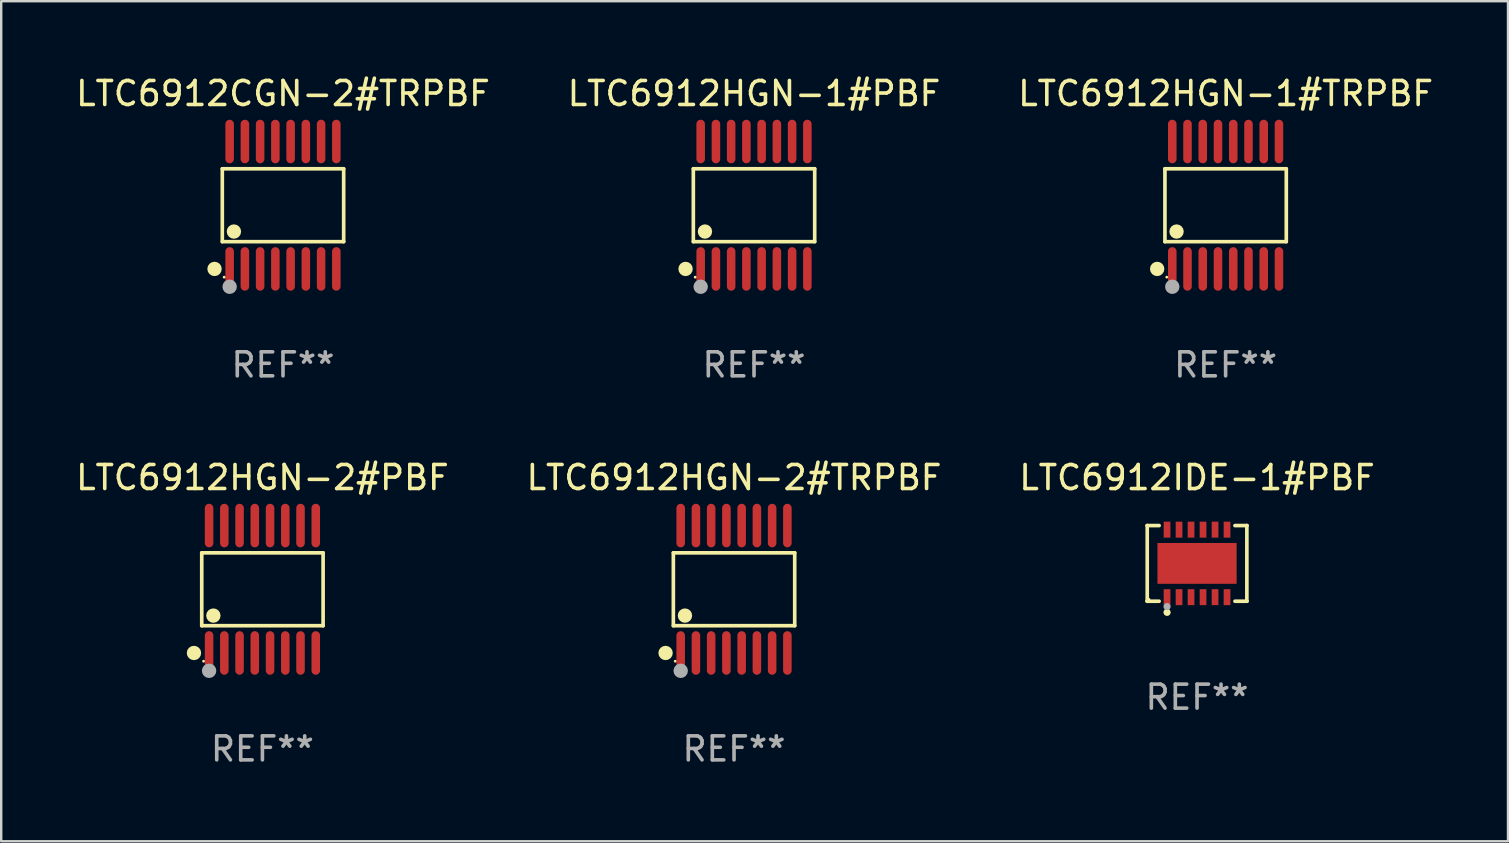
<source format=kicad_pcb>
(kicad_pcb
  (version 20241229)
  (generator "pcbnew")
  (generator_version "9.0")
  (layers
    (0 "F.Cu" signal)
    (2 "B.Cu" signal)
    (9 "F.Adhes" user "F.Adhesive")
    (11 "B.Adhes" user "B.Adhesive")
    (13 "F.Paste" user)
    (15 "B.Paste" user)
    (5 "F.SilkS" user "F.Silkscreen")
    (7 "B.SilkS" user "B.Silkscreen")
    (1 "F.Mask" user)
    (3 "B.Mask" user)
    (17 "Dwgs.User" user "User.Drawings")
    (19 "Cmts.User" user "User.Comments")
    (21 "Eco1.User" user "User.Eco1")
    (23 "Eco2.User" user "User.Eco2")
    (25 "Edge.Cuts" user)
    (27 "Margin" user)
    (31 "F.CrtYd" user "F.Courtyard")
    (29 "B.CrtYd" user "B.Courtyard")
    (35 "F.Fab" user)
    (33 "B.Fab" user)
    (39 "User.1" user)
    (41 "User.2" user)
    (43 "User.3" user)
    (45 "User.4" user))
  (footprint "LTC6912HGN-1#PBF"
    (layer "F.Cu")
    (at 28.375 5.503)
    (property "Reference" "LTC6912HGN-1#PBF" (at 0 -4.655 0) (layer "F.SilkS") (effects (font (size 1 1) (thickness 0.15))))
    (attr through_hole)
    (fp_line (start -2.529 -1.519) (end 2.529 -1.519) (stroke (width 0.152) (type solid)) (layer "F.SilkS"))
    (fp_line (start -2.529 1.519) (end -2.529 -1.519) (stroke (width 0.152) (type solid)) (layer "F.SilkS"))
    (fp_line (start 2.529 -1.519) (end 2.529 1.519) (stroke (width 0.152) (type solid)) (layer "F.SilkS"))
    (fp_line (start 2.529 1.519) (end -2.529 1.519) (stroke (width 0.152) (type solid)) (layer "F.SilkS"))
    (fp_circle (center -2.853 2.655) (end -2.703 2.655) (stroke (width 0.3) (type solid)) (fill no) (layer "F.SilkS"))
    (fp_circle (center -2.453 2.998) (end -2.423 2.998) (stroke (width 0.06) (type solid)) (fill no) (layer "F.SilkS"))
    (fp_circle (center -2.045 1.097) (end -1.895 1.097) (stroke (width 0.3) (type solid)) (fill no) (layer "F.SilkS"))
    (fp_circle (center -2.223 3.398) (end -2.072 3.398) (stroke (width 0.3) (type solid)) (fill no) (layer "F.Fab"))
    (fp_text user "REF**" (at 0 6.655 0) (layer "F.Fab") (effects (font (size 1 1) (thickness 0.15))))
    (pad "1" smd oval (at -2.223 2.655) (size 0.356 1.815) (layers "F.Cu" "F.Mask" "F.Paste"))
    (pad "2" smd oval (at -1.588 2.655) (size 0.356 1.815) (layers "F.Cu" "F.Mask" "F.Paste"))
    (pad "3" smd oval (at -0.953 2.655) (size 0.356 1.815) (layers "F.Cu" "F.Mask" "F.Paste"))
    (pad "4" smd oval (at -0.318 2.655) (size 0.356 1.815) (layers "F.Cu" "F.Mask" "F.Paste"))
    (pad "5" smd oval (at 0.318 2.655) (size 0.356 1.815) (layers "F.Cu" "F.Mask" "F.Paste"))
    (pad "6" smd oval (at 0.953 2.655) (size 0.356 1.815) (layers "F.Cu" "F.Mask" "F.Paste"))
    (pad "7" smd oval (at 1.588 2.655) (size 0.356 1.815) (layers "F.Cu" "F.Mask" "F.Paste"))
    (pad "8" smd oval (at 2.223 2.655) (size 0.356 1.815) (layers "F.Cu" "F.Mask" "F.Paste"))
    (pad "9" smd oval (at 2.223 -2.655) (size 0.356 1.815) (layers "F.Cu" "F.Mask" "F.Paste"))
    (pad "10" smd oval (at 1.588 -2.655) (size 0.356 1.815) (layers "F.Cu" "F.Mask" "F.Paste"))
    (pad "11" smd oval (at 0.953 -2.655) (size 0.356 1.815) (layers "F.Cu" "F.Mask" "F.Paste"))
    (pad "12" smd oval (at 0.318 -2.655) (size 0.356 1.815) (layers "F.Cu" "F.Mask" "F.Paste"))
    (pad "13" smd oval (at -0.318 -2.655) (size 0.356 1.815) (layers "F.Cu" "F.Mask" "F.Paste"))
    (pad "14" smd oval (at -0.953 -2.655) (size 0.356 1.815) (layers "F.Cu" "F.Mask" "F.Paste"))
    (pad "15" smd oval (at -1.588 -2.655) (size 0.356 1.815) (layers "F.Cu" "F.Mask" "F.Paste"))
    (pad "16" smd oval (at -2.223 -2.655) (size 0.356 1.815) (layers "F.Cu" "F.Mask" "F.Paste")))
  (footprint "LTC6912HGN-2#TRPBF"
    (layer "F.Cu")
    (at 27.542 21.509)
    (property "Reference" "LTC6912HGN-2#TRPBF" (at 0 -4.655 0) (layer "F.SilkS") (effects (font (size 1 1) (thickness 0.15))))
    (attr through_hole)
    (fp_line (start -2.529 -1.519) (end 2.529 -1.519) (stroke (width 0.152) (type solid)) (layer "F.SilkS"))
    (fp_line (start -2.529 1.519) (end -2.529 -1.519) (stroke (width 0.152) (type solid)) (layer "F.SilkS"))
    (fp_line (start 2.529 -1.519) (end 2.529 1.519) (stroke (width 0.152) (type solid)) (layer "F.SilkS"))
    (fp_line (start 2.529 1.519) (end -2.529 1.519) (stroke (width 0.152) (type solid)) (layer "F.SilkS"))
    (fp_circle (center -2.853 2.655) (end -2.703 2.655) (stroke (width 0.3) (type solid)) (fill no) (layer "F.SilkS"))
    (fp_circle (center -2.453 2.998) (end -2.423 2.998) (stroke (width 0.06) (type solid)) (fill no) (layer "F.SilkS"))
    (fp_circle (center -2.045 1.097) (end -1.895 1.097) (stroke (width 0.3) (type solid)) (fill no) (layer "F.SilkS"))
    (fp_circle (center -2.223 3.398) (end -2.072 3.398) (stroke (width 0.3) (type solid)) (fill no) (layer "F.Fab"))
    (fp_text user "REF**" (at 0 6.655 0) (layer "F.Fab") (effects (font (size 1 1) (thickness 0.15))))
    (pad "1" smd oval (at -2.223 2.655) (size 0.356 1.815) (layers "F.Cu" "F.Mask" "F.Paste"))
    (pad "2" smd oval (at -1.588 2.655) (size 0.356 1.815) (layers "F.Cu" "F.Mask" "F.Paste"))
    (pad "3" smd oval (at -0.953 2.655) (size 0.356 1.815) (layers "F.Cu" "F.Mask" "F.Paste"))
    (pad "4" smd oval (at -0.318 2.655) (size 0.356 1.815) (layers "F.Cu" "F.Mask" "F.Paste"))
    (pad "5" smd oval (at 0.318 2.655) (size 0.356 1.815) (layers "F.Cu" "F.Mask" "F.Paste"))
    (pad "6" smd oval (at 0.953 2.655) (size 0.356 1.815) (layers "F.Cu" "F.Mask" "F.Paste"))
    (pad "7" smd oval (at 1.588 2.655) (size 0.356 1.815) (layers "F.Cu" "F.Mask" "F.Paste"))
    (pad "8" smd oval (at 2.223 2.655) (size 0.356 1.815) (layers "F.Cu" "F.Mask" "F.Paste"))
    (pad "9" smd oval (at 2.223 -2.655) (size 0.356 1.815) (layers "F.Cu" "F.Mask" "F.Paste"))
    (pad "10" smd oval (at 1.588 -2.655) (size 0.356 1.815) (layers "F.Cu" "F.Mask" "F.Paste"))
    (pad "11" smd oval (at 0.953 -2.655) (size 0.356 1.815) (layers "F.Cu" "F.Mask" "F.Paste"))
    (pad "12" smd oval (at 0.318 -2.655) (size 0.356 1.815) (layers "F.Cu" "F.Mask" "F.Paste"))
    (pad "13" smd oval (at -0.318 -2.655) (size 0.356 1.815) (layers "F.Cu" "F.Mask" "F.Paste"))
    (pad "14" smd oval (at -0.953 -2.655) (size 0.356 1.815) (layers "F.Cu" "F.Mask" "F.Paste"))
    (pad "15" smd oval (at -1.588 -2.655) (size 0.356 1.815) (layers "F.Cu" "F.Mask" "F.Paste"))
    (pad "16" smd oval (at -2.223 -2.655) (size 0.356 1.815) (layers "F.Cu" "F.Mask" "F.Paste")))
  (footprint "LTC6912HGN-2#PBF"
    (layer "F.Cu")
    (at 7.887 21.509)
    (property "Reference" "LTC6912HGN-2#PBF" (at 0 -4.655 0) (layer "F.SilkS") (effects (font (size 1 1) (thickness 0.15))))
    (attr through_hole)
    (fp_line (start -2.529 -1.519) (end 2.529 -1.519) (stroke (width 0.152) (type solid)) (layer "F.SilkS"))
    (fp_line (start -2.529 1.519) (end -2.529 -1.519) (stroke (width 0.152) (type solid)) (layer "F.SilkS"))
    (fp_line (start 2.529 -1.519) (end 2.529 1.519) (stroke (width 0.152) (type solid)) (layer "F.SilkS"))
    (fp_line (start 2.529 1.519) (end -2.529 1.519) (stroke (width 0.152) (type solid)) (layer "F.SilkS"))
    (fp_circle (center -2.853 2.655) (end -2.703 2.655) (stroke (width 0.3) (type solid)) (fill no) (layer "F.SilkS"))
    (fp_circle (center -2.453 2.998) (end -2.423 2.998) (stroke (width 0.06) (type solid)) (fill no) (layer "F.SilkS"))
    (fp_circle (center -2.045 1.097) (end -1.895 1.097) (stroke (width 0.3) (type solid)) (fill no) (layer "F.SilkS"))
    (fp_circle (center -2.223 3.398) (end -2.072 3.398) (stroke (width 0.3) (type solid)) (fill no) (layer "F.Fab"))
    (fp_text user "REF**" (at 0 6.655 0) (layer "F.Fab") (effects (font (size 1 1) (thickness 0.15))))
    (pad "1" smd oval (at -2.223 2.655) (size 0.356 1.815) (layers "F.Cu" "F.Mask" "F.Paste"))
    (pad "2" smd oval (at -1.588 2.655) (size 0.356 1.815) (layers "F.Cu" "F.Mask" "F.Paste"))
    (pad "3" smd oval (at -0.953 2.655) (size 0.356 1.815) (layers "F.Cu" "F.Mask" "F.Paste"))
    (pad "4" smd oval (at -0.318 2.655) (size 0.356 1.815) (layers "F.Cu" "F.Mask" "F.Paste"))
    (pad "5" smd oval (at 0.318 2.655) (size 0.356 1.815) (layers "F.Cu" "F.Mask" "F.Paste"))
    (pad "6" smd oval (at 0.953 2.655) (size 0.356 1.815) (layers "F.Cu" "F.Mask" "F.Paste"))
    (pad "7" smd oval (at 1.588 2.655) (size 0.356 1.815) (layers "F.Cu" "F.Mask" "F.Paste"))
    (pad "8" smd oval (at 2.223 2.655) (size 0.356 1.815) (layers "F.Cu" "F.Mask" "F.Paste"))
    (pad "9" smd oval (at 2.223 -2.655) (size 0.356 1.815) (layers "F.Cu" "F.Mask" "F.Paste"))
    (pad "10" smd oval (at 1.588 -2.655) (size 0.356 1.815) (layers "F.Cu" "F.Mask" "F.Paste"))
    (pad "11" smd oval (at 0.953 -2.655) (size 0.356 1.815) (layers "F.Cu" "F.Mask" "F.Paste"))
    (pad "12" smd oval (at 0.318 -2.655) (size 0.356 1.815) (layers "F.Cu" "F.Mask" "F.Paste"))
    (pad "13" smd oval (at -0.318 -2.655) (size 0.356 1.815) (layers "F.Cu" "F.Mask" "F.Paste"))
    (pad "14" smd oval (at -0.953 -2.655) (size 0.356 1.815) (layers "F.Cu" "F.Mask" "F.Paste"))
    (pad "15" smd oval (at -1.588 -2.655) (size 0.356 1.815) (layers "F.Cu" "F.Mask" "F.Paste"))
    (pad "16" smd oval (at -2.223 -2.655) (size 0.356 1.815) (layers "F.Cu" "F.Mask" "F.Paste")))
  (footprint "LTC6912IDE-1#PBF"
    (layer "F.Cu")
    (at 46.839 20.431)
    (property "Reference" "LTC6912IDE-1#PBF" (at 0 -3.576 0) (layer "F.SilkS") (effects (font (size 1 1) (thickness 0.15))))
    (attr through_hole)
    (fp_line (start -2.076 -1.576) (end -2.076 -1.576) (stroke (width 0.152) (type solid)) (layer "F.SilkS"))
    (fp_line (start -2.076 -1.576) (end -1.58 -1.576) (stroke (width 0.152) (type solid)) (layer "F.SilkS"))
    (fp_line (start -2.076 1.576) (end -2.076 -1.576) (stroke (width 0.152) (type solid)) (layer "F.SilkS"))
    (fp_line (start -2.076 1.576) (end -2.076 1.576) (stroke (width 0.152) (type solid)) (layer "F.SilkS"))
    (fp_line (start -1.58 1.576) (end -2.076 1.576) (stroke (width 0.152) (type solid)) (layer "F.SilkS"))
    (fp_line (start 1.58 1.576) (end 2.076 1.576) (stroke (width 0.152) (type solid)) (layer "F.SilkS"))
    (fp_line (start 2.076 -1.576) (end 1.58 -1.576) (stroke (width 0.152) (type solid)) (layer "F.SilkS"))
    (fp_line (start 2.076 -1.576) (end 2.076 -1.576) (stroke (width 0.152) (type solid)) (layer "F.SilkS"))
    (fp_line (start 2.076 1.576) (end 2.076 -1.576) (stroke (width 0.152) (type solid)) (layer "F.SilkS"))
    (fp_line (start 2.076 1.576) (end 2.076 1.576) (stroke (width 0.152) (type solid)) (layer "F.SilkS"))
    (fp_circle (center -2 1.5) (end -1.97 1.5) (stroke (width 0.06) (type solid)) (fill no) (layer "F.SilkS"))
    (fp_circle (center -1.25 2.04) (end -1.175 2.04) (stroke (width 0.15) (type solid)) (fill no) (layer "F.SilkS"))
    (fp_circle (center -1.25 1.8) (end -1.175 1.8) (stroke (width 0.15) (type solid)) (fill no) (layer "F.Fab"))
    (fp_text user "REF**" (at 0 5.576 0) (layer "F.Fab") (effects (font (size 1 1) (thickness 0.15))))
    (pad "1" smd rect (at -1.25 1.407) (size 0.28 0.665) (layers "F.Cu" "F.Mask" "F.Paste"))
    (pad "2" smd rect (at -0.75 1.407) (size 0.28 0.665) (layers "F.Cu" "F.Mask" "F.Paste"))
    (pad "3" smd rect (at -0.25 1.407) (size 0.28 0.665) (layers "F.Cu" "F.Mask" "F.Paste"))
    (pad "4" smd rect (at 0.25 1.407) (size 0.28 0.665) (layers "F.Cu" "F.Mask" "F.Paste"))
    (pad "5" smd rect (at 0.75 1.407) (size 0.28 0.665) (layers "F.Cu" "F.Mask" "F.Paste"))
    (pad "6" smd rect (at 1.25 1.407) (size 0.28 0.665) (layers "F.Cu" "F.Mask" "F.Paste"))
    (pad "7" smd rect (at 1.25 -1.407) (size 0.28 0.665) (layers "F.Cu" "F.Mask" "F.Paste"))
    (pad "8" smd rect (at 0.75 -1.407) (size 0.28 0.665) (layers "F.Cu" "F.Mask" "F.Paste"))
    (pad "9" smd rect (at 0.25 -1.407) (size 0.28 0.665) (layers "F.Cu" "F.Mask" "F.Paste"))
    (pad "10" smd rect (at -0.25 -1.407) (size 0.28 0.665) (layers "F.Cu" "F.Mask" "F.Paste"))
    (pad "11" smd rect (at -0.75 -1.407) (size 0.28 0.665) (layers "F.Cu" "F.Mask" "F.Paste"))
    (pad "12" smd rect (at -1.25 -1.407) (size 0.28 0.665) (layers "F.Cu" "F.Mask" "F.Paste"))
    (pad "13" smd rect (at 0 0) (size 3.3 1.7) (layers "F.Cu" "F.Mask" "F.Paste")))
  (footprint "LTC6912HGN-1#TRPBF"
    (layer "F.Cu")
    (at 48.03 5.503)
    (property "Reference" "LTC6912HGN-1#TRPBF" (at 0 -4.655 0) (layer "F.SilkS") (effects (font (size 1 1) (thickness 0.15))))
    (attr through_hole)
    (fp_line (start -2.529 -1.519) (end 2.529 -1.519) (stroke (width 0.152) (type solid)) (layer "F.SilkS"))
    (fp_line (start -2.529 1.519) (end -2.529 -1.519) (stroke (width 0.152) (type solid)) (layer "F.SilkS"))
    (fp_line (start 2.529 -1.519) (end 2.529 1.519) (stroke (width 0.152) (type solid)) (layer "F.SilkS"))
    (fp_line (start 2.529 1.519) (end -2.529 1.519) (stroke (width 0.152) (type solid)) (layer "F.SilkS"))
    (fp_circle (center -2.853 2.655) (end -2.703 2.655) (stroke (width 0.3) (type solid)) (fill no) (layer "F.SilkS"))
    (fp_circle (center -2.453 2.998) (end -2.423 2.998) (stroke (width 0.06) (type solid)) (fill no) (layer "F.SilkS"))
    (fp_circle (center -2.045 1.097) (end -1.895 1.097) (stroke (width 0.3) (type solid)) (fill no) (layer "F.SilkS"))
    (fp_circle (center -2.223 3.398) (end -2.072 3.398) (stroke (width 0.3) (type solid)) (fill no) (layer "F.Fab"))
    (fp_text user "REF**" (at 0 6.655 0) (layer "F.Fab") (effects (font (size 1 1) (thickness 0.15))))
    (pad "1" smd oval (at -2.223 2.655) (size 0.356 1.815) (layers "F.Cu" "F.Mask" "F.Paste"))
    (pad "2" smd oval (at -1.588 2.655) (size 0.356 1.815) (layers "F.Cu" "F.Mask" "F.Paste"))
    (pad "3" smd oval (at -0.953 2.655) (size 0.356 1.815) (layers "F.Cu" "F.Mask" "F.Paste"))
    (pad "4" smd oval (at -0.318 2.655) (size 0.356 1.815) (layers "F.Cu" "F.Mask" "F.Paste"))
    (pad "5" smd oval (at 0.318 2.655) (size 0.356 1.815) (layers "F.Cu" "F.Mask" "F.Paste"))
    (pad "6" smd oval (at 0.953 2.655) (size 0.356 1.815) (layers "F.Cu" "F.Mask" "F.Paste"))
    (pad "7" smd oval (at 1.588 2.655) (size 0.356 1.815) (layers "F.Cu" "F.Mask" "F.Paste"))
    (pad "8" smd oval (at 2.223 2.655) (size 0.356 1.815) (layers "F.Cu" "F.Mask" "F.Paste"))
    (pad "9" smd oval (at 2.223 -2.655) (size 0.356 1.815) (layers "F.Cu" "F.Mask" "F.Paste"))
    (pad "10" smd oval (at 1.588 -2.655) (size 0.356 1.815) (layers "F.Cu" "F.Mask" "F.Paste"))
    (pad "11" smd oval (at 0.953 -2.655) (size 0.356 1.815) (layers "F.Cu" "F.Mask" "F.Paste"))
    (pad "12" smd oval (at 0.318 -2.655) (size 0.356 1.815) (layers "F.Cu" "F.Mask" "F.Paste"))
    (pad "13" smd oval (at -0.318 -2.655) (size 0.356 1.815) (layers "F.Cu" "F.Mask" "F.Paste"))
    (pad "14" smd oval (at -0.953 -2.655) (size 0.356 1.815) (layers "F.Cu" "F.Mask" "F.Paste"))
    (pad "15" smd oval (at -1.588 -2.655) (size 0.356 1.815) (layers "F.Cu" "F.Mask" "F.Paste"))
    (pad "16" smd oval (at -2.223 -2.655) (size 0.356 1.815) (layers "F.Cu" "F.Mask" "F.Paste")))
  (footprint "LTC6912CGN-2#TRPBF"
    (layer "F.Cu")
    (at 8.744 5.503)
    (property "Reference" "LTC6912CGN-2#TRPBF" (at 0 -4.655 0) (layer "F.SilkS") (effects (font (size 1 1) (thickness 0.15))))
    (attr through_hole)
    (fp_line (start -2.529 -1.519) (end 2.529 -1.519) (stroke (width 0.152) (type solid)) (layer "F.SilkS"))
    (fp_line (start -2.529 1.519) (end -2.529 -1.519) (stroke (width 0.152) (type solid)) (layer "F.SilkS"))
    (fp_line (start 2.529 -1.519) (end 2.529 1.519) (stroke (width 0.152) (type solid)) (layer "F.SilkS"))
    (fp_line (start 2.529 1.519) (end -2.529 1.519) (stroke (width 0.152) (type solid)) (layer "F.SilkS"))
    (fp_circle (center -2.853 2.655) (end -2.703 2.655) (stroke (width 0.3) (type solid)) (fill no) (layer "F.SilkS"))
    (fp_circle (center -2.453 2.998) (end -2.423 2.998) (stroke (width 0.06) (type solid)) (fill no) (layer "F.SilkS"))
    (fp_circle (center -2.045 1.097) (end -1.895 1.097) (stroke (width 0.3) (type solid)) (fill no) (layer "F.SilkS"))
    (fp_circle (center -2.223 3.398) (end -2.072 3.398) (stroke (width 0.3) (type solid)) (fill no) (layer "F.Fab"))
    (fp_text user "REF**" (at 0 6.655 0) (layer "F.Fab") (effects (font (size 1 1) (thickness 0.15))))
    (pad "1" smd oval (at -2.223 2.655) (size 0.356 1.815) (layers "F.Cu" "F.Mask" "F.Paste"))
    (pad "2" smd oval (at -1.588 2.655) (size 0.356 1.815) (layers "F.Cu" "F.Mask" "F.Paste"))
    (pad "3" smd oval (at -0.953 2.655) (size 0.356 1.815) (layers "F.Cu" "F.Mask" "F.Paste"))
    (pad "4" smd oval (at -0.318 2.655) (size 0.356 1.815) (layers "F.Cu" "F.Mask" "F.Paste"))
    (pad "5" smd oval (at 0.318 2.655) (size 0.356 1.815) (layers "F.Cu" "F.Mask" "F.Paste"))
    (pad "6" smd oval (at 0.953 2.655) (size 0.356 1.815) (layers "F.Cu" "F.Mask" "F.Paste"))
    (pad "7" smd oval (at 1.588 2.655) (size 0.356 1.815) (layers "F.Cu" "F.Mask" "F.Paste"))
    (pad "8" smd oval (at 2.223 2.655) (size 0.356 1.815) (layers "F.Cu" "F.Mask" "F.Paste"))
    (pad "9" smd oval (at 2.223 -2.655) (size 0.356 1.815) (layers "F.Cu" "F.Mask" "F.Paste"))
    (pad "10" smd oval (at 1.588 -2.655) (size 0.356 1.815) (layers "F.Cu" "F.Mask" "F.Paste"))
    (pad "11" smd oval (at 0.953 -2.655) (size 0.356 1.815) (layers "F.Cu" "F.Mask" "F.Paste"))
    (pad "12" smd oval (at 0.318 -2.655) (size 0.356 1.815) (layers "F.Cu" "F.Mask" "F.Paste"))
    (pad "13" smd oval (at -0.318 -2.655) (size 0.356 1.815) (layers "F.Cu" "F.Mask" "F.Paste"))
    (pad "14" smd oval (at -0.953 -2.655) (size 0.356 1.815) (layers "F.Cu" "F.Mask" "F.Paste"))
    (pad "15" smd oval (at -1.588 -2.655) (size 0.356 1.815) (layers "F.Cu" "F.Mask" "F.Paste"))
    (pad "16" smd oval (at -2.223 -2.655) (size 0.356 1.815) (layers "F.Cu" "F.Mask" "F.Paste")))
  (gr_rect
    (start -3 -3)
    (end 59.798 32.012)
    (stroke (width 0.1) (type default))
    (fill no)
    (layer "Edge.Cuts")))
</source>
